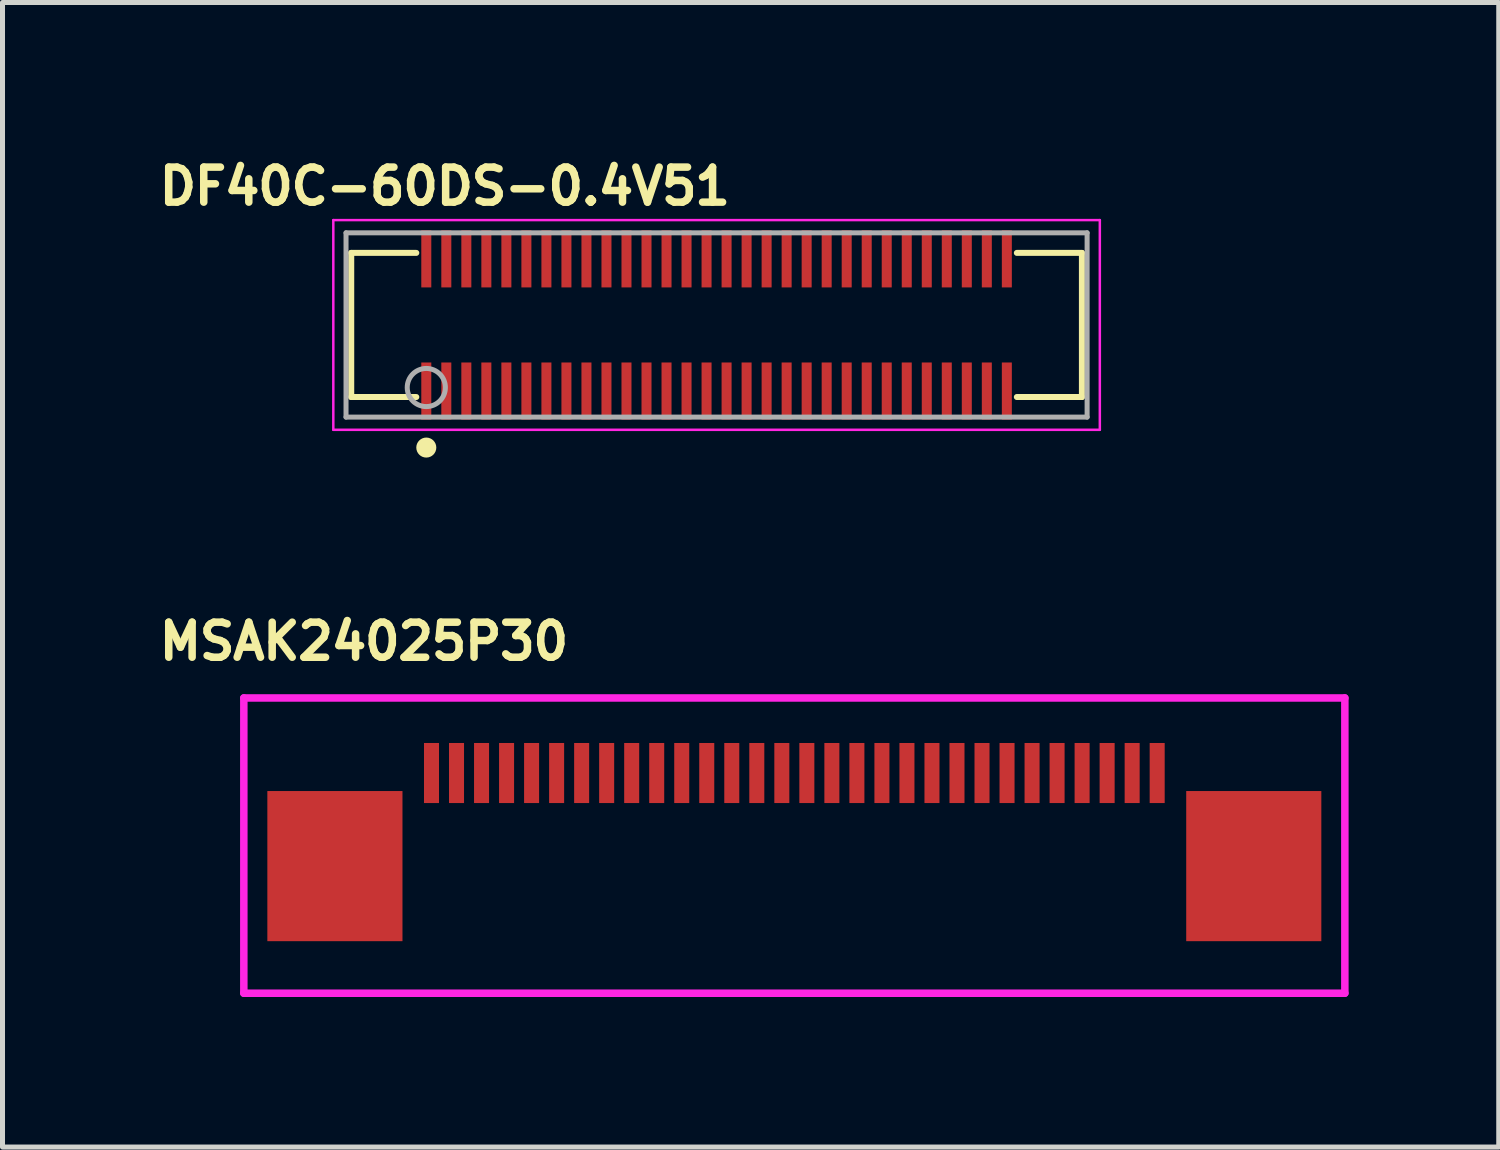
<source format=kicad_pcb>
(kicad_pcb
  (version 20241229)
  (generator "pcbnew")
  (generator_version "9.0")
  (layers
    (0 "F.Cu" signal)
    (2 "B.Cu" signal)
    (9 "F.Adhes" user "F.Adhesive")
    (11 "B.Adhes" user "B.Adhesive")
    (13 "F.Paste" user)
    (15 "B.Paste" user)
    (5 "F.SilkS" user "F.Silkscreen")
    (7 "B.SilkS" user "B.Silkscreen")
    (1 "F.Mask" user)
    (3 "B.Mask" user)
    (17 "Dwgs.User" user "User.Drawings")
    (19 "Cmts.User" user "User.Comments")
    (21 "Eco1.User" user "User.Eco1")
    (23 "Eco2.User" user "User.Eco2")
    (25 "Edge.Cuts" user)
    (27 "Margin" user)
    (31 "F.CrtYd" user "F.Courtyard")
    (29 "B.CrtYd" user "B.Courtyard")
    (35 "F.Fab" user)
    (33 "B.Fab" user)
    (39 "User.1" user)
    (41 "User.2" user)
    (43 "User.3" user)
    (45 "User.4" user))
  (footprint "DF40C-60DS-0.4V51"
    (layer "F.Cu")
    (at 11.268 3.443)
    (property "Reference" "DF40C-60DS-0.4V51" (at -5.43 -2.77 0) (layer "F.SilkS") (effects (font (size 0.7 0.7) (thickness 0.15))))
    (attr through_hole)
    (fp_line (start -7.3 -1.44) (end -7.3 1.44) (stroke (width 0.12) (type solid)) (layer "F.SilkS"))
    (fp_line (start -7.3 1.44) (end -6 1.44) (stroke (width 0.12) (type solid)) (layer "F.SilkS"))
    (fp_line (start -6 -1.44) (end -7.3 -1.44) (stroke (width 0.12) (type solid)) (layer "F.SilkS"))
    (fp_line (start 6 1.44) (end 7.3 1.44) (stroke (width 0.12) (type solid)) (layer "F.SilkS"))
    (fp_line (start 7.3 -1.44) (end 6 -1.44) (stroke (width 0.12) (type solid)) (layer "F.SilkS"))
    (fp_line (start 7.3 1.44) (end 7.3 -1.44) (stroke (width 0.12) (type solid)) (layer "F.SilkS"))
    (fp_circle (center -5.8 2.45) (end -5.7 2.45) (stroke (width 0.2) (type solid)) (fill no) (layer "F.SilkS"))
    (fp_line (start -7.658 -2.095) (end -7.658 2.095) (stroke (width 0.05) (type solid)) (layer "F.CrtYd"))
    (fp_line (start -7.658 2.095) (end 7.658 2.095) (stroke (width 0.05) (type solid)) (layer "F.CrtYd"))
    (fp_line (start 7.658 -2.095) (end -7.658 -2.095) (stroke (width 0.05) (type solid)) (layer "F.CrtYd"))
    (fp_line (start 7.658 2.095) (end 7.658 -2.095) (stroke (width 0.05) (type solid)) (layer "F.CrtYd"))
    (fp_line (start -7.404 -1.841) (end -7.404 1.841) (stroke (width 0.1) (type solid)) (layer "F.Fab"))
    (fp_line (start -7.404 1.841) (end 7.404 1.841) (stroke (width 0.1) (type solid)) (layer "F.Fab"))
    (fp_line (start 7.404 -1.841) (end -7.404 -1.841) (stroke (width 0.1) (type solid)) (layer "F.Fab"))
    (fp_line (start 7.404 1.841) (end 7.404 -1.841) (stroke (width 0.1) (type solid)) (layer "F.Fab"))
    (fp_circle (center -5.8 1.25) (end -5.419 1.25) (stroke (width 0.1) (type solid)) (fill no) (layer "F.Fab"))
    (pad "1" smd rect (at -5.8 1.32) (size 0.2 1.14) (layers "F.Cu" "F.Mask" "F.Paste"))
    (pad "2" smd rect (at -5.8 -1.32) (size 0.2 1.14) (layers "F.Cu" "F.Mask" "F.Paste"))
    (pad "3" smd rect (at -5.4 1.32) (size 0.2 1.14) (layers "F.Cu" "F.Mask" "F.Paste"))
    (pad "4" smd rect (at -5.4 -1.32) (size 0.2 1.14) (layers "F.Cu" "F.Mask" "F.Paste"))
    (pad "5" smd rect (at -5 1.32) (size 0.2 1.14) (layers "F.Cu" "F.Mask" "F.Paste"))
    (pad "6" smd rect (at -5 -1.32) (size 0.2 1.14) (layers "F.Cu" "F.Mask" "F.Paste"))
    (pad "7" smd rect (at -4.6 1.32) (size 0.2 1.14) (layers "F.Cu" "F.Mask" "F.Paste"))
    (pad "8" smd rect (at -4.6 -1.32) (size 0.2 1.14) (layers "F.Cu" "F.Mask" "F.Paste"))
    (pad "9" smd rect (at -4.2 1.32) (size 0.2 1.14) (layers "F.Cu" "F.Mask" "F.Paste"))
    (pad "10" smd rect (at -4.2 -1.32) (size 0.2 1.14) (layers "F.Cu" "F.Mask" "F.Paste"))
    (pad "11" smd rect (at -3.8 1.32) (size 0.2 1.14) (layers "F.Cu" "F.Mask" "F.Paste"))
    (pad "12" smd rect (at -3.8 -1.32) (size 0.2 1.14) (layers "F.Cu" "F.Mask" "F.Paste"))
    (pad "13" smd rect (at -3.4 1.32) (size 0.2 1.14) (layers "F.Cu" "F.Mask" "F.Paste"))
    (pad "14" smd rect (at -3.4 -1.32) (size 0.2 1.14) (layers "F.Cu" "F.Mask" "F.Paste"))
    (pad "15" smd rect (at -3 1.32) (size 0.2 1.14) (layers "F.Cu" "F.Mask" "F.Paste"))
    (pad "16" smd rect (at -3 -1.32) (size 0.2 1.14) (layers "F.Cu" "F.Mask" "F.Paste"))
    (pad "17" smd rect (at -2.6 1.32) (size 0.2 1.14) (layers "F.Cu" "F.Mask" "F.Paste"))
    (pad "18" smd rect (at -2.6 -1.32) (size 0.2 1.14) (layers "F.Cu" "F.Mask" "F.Paste"))
    (pad "19" smd rect (at -2.2 1.32) (size 0.2 1.14) (layers "F.Cu" "F.Mask" "F.Paste"))
    (pad "20" smd rect (at -2.2 -1.32) (size 0.2 1.14) (layers "F.Cu" "F.Mask" "F.Paste"))
    (pad "21" smd rect (at -1.8 1.32) (size 0.2 1.14) (layers "F.Cu" "F.Mask" "F.Paste"))
    (pad "22" smd rect (at -1.8 -1.32) (size 0.2 1.14) (layers "F.Cu" "F.Mask" "F.Paste"))
    (pad "23" smd rect (at -1.4 1.32) (size 0.2 1.14) (layers "F.Cu" "F.Mask" "F.Paste"))
    (pad "24" smd rect (at -1.4 -1.32) (size 0.2 1.14) (layers "F.Cu" "F.Mask" "F.Paste"))
    (pad "25" smd rect (at -1 1.32) (size 0.2 1.14) (layers "F.Cu" "F.Mask" "F.Paste"))
    (pad "26" smd rect (at -1 -1.32) (size 0.2 1.14) (layers "F.Cu" "F.Mask" "F.Paste"))
    (pad "27" smd rect (at -0.6 1.32) (size 0.2 1.14) (layers "F.Cu" "F.Mask" "F.Paste"))
    (pad "28" smd rect (at -0.6 -1.32) (size 0.2 1.14) (layers "F.Cu" "F.Mask" "F.Paste"))
    (pad "29" smd rect (at -0.2 1.32) (size 0.2 1.14) (layers "F.Cu" "F.Mask" "F.Paste"))
    (pad "30" smd rect (at -0.2 -1.32) (size 0.2 1.14) (layers "F.Cu" "F.Mask" "F.Paste"))
    (pad "31" smd rect (at 0.2 1.32) (size 0.2 1.14) (layers "F.Cu" "F.Mask" "F.Paste"))
    (pad "32" smd rect (at 0.2 -1.32) (size 0.2 1.14) (layers "F.Cu" "F.Mask" "F.Paste"))
    (pad "33" smd rect (at 0.6 1.32) (size 0.2 1.14) (layers "F.Cu" "F.Mask" "F.Paste"))
    (pad "34" smd rect (at 0.6 -1.32) (size 0.2 1.14) (layers "F.Cu" "F.Mask" "F.Paste"))
    (pad "35" smd rect (at 1 1.32) (size 0.2 1.14) (layers "F.Cu" "F.Mask" "F.Paste"))
    (pad "36" smd rect (at 1 -1.32) (size 0.2 1.14) (layers "F.Cu" "F.Mask" "F.Paste"))
    (pad "37" smd rect (at 1.4 1.32) (size 0.2 1.14) (layers "F.Cu" "F.Mask" "F.Paste"))
    (pad "38" smd rect (at 1.4 -1.32) (size 0.2 1.14) (layers "F.Cu" "F.Mask" "F.Paste"))
    (pad "39" smd rect (at 1.8 1.32) (size 0.2 1.14) (layers "F.Cu" "F.Mask" "F.Paste"))
    (pad "40" smd rect (at 1.8 -1.32) (size 0.2 1.14) (layers "F.Cu" "F.Mask" "F.Paste"))
    (pad "41" smd rect (at 2.2 1.32) (size 0.2 1.14) (layers "F.Cu" "F.Mask" "F.Paste"))
    (pad "42" smd rect (at 2.2 -1.32) (size 0.2 1.14) (layers "F.Cu" "F.Mask" "F.Paste"))
    (pad "43" smd rect (at 2.6 1.32) (size 0.2 1.14) (layers "F.Cu" "F.Mask" "F.Paste"))
    (pad "44" smd rect (at 2.6 -1.32) (size 0.2 1.14) (layers "F.Cu" "F.Mask" "F.Paste"))
    (pad "45" smd rect (at 3 1.32) (size 0.2 1.14) (layers "F.Cu" "F.Mask" "F.Paste"))
    (pad "46" smd rect (at 3 -1.32) (size 0.2 1.14) (layers "F.Cu" "F.Mask" "F.Paste"))
    (pad "47" smd rect (at 3.4 1.32) (size 0.2 1.14) (layers "F.Cu" "F.Mask" "F.Paste"))
    (pad "48" smd rect (at 3.4 -1.32) (size 0.2 1.14) (layers "F.Cu" "F.Mask" "F.Paste"))
    (pad "49" smd rect (at 3.8 1.32) (size 0.2 1.14) (layers "F.Cu" "F.Mask" "F.Paste"))
    (pad "50" smd rect (at 3.8 -1.32) (size 0.2 1.14) (layers "F.Cu" "F.Mask" "F.Paste"))
    (pad "51" smd rect (at 4.2 1.32) (size 0.2 1.14) (layers "F.Cu" "F.Mask" "F.Paste"))
    (pad "52" smd rect (at 4.2 -1.32) (size 0.2 1.14) (layers "F.Cu" "F.Mask" "F.Paste"))
    (pad "53" smd rect (at 4.6 1.32) (size 0.2 1.14) (layers "F.Cu" "F.Mask" "F.Paste"))
    (pad "54" smd rect (at 4.6 -1.32) (size 0.2 1.14) (layers "F.Cu" "F.Mask" "F.Paste"))
    (pad "55" smd rect (at 5 1.32) (size 0.2 1.14) (layers "F.Cu" "F.Mask" "F.Paste"))
    (pad "56" smd rect (at 5 -1.32) (size 0.2 1.14) (layers "F.Cu" "F.Mask" "F.Paste"))
    (pad "57" smd rect (at 5.4 1.32) (size 0.2 1.14) (layers "F.Cu" "F.Mask" "F.Paste"))
    (pad "58" smd rect (at 5.4 -1.32) (size 0.2 1.14) (layers "F.Cu" "F.Mask" "F.Paste"))
    (pad "59" smd rect (at 5.8 1.32) (size 0.2 1.14) (layers "F.Cu" "F.Mask" "F.Paste"))
    (pad "60" smd rect (at 5.8 -1.32) (size 0.2 1.14) (layers "F.Cu" "F.Mask" "F.Paste")))
  (footprint "MSAK24025P30"
    (layer "F.Cu")
    (at 12.822 11.796)
    (property "Reference" "MSAK24025P30" (at -8.6 -2.03 0) (layer "F.SilkS") (effects (font (size 0.7 0.7) (thickness 0.15))))
    (attr smd)
    (fp_line (start -11 -0.9) (end 11 -0.9) (stroke (width 0.15) (type solid)) (layer "F.CrtYd"))
    (fp_line (start -11 5) (end -11 -0.9) (stroke (width 0.15) (type solid)) (layer "F.CrtYd"))
    (fp_line (start -11 5) (end 11 5) (stroke (width 0.15) (type solid)) (layer "F.CrtYd"))
    (fp_line (start 11 -0.9) (end 11 5) (stroke (width 0.15) (type solid)) (layer "F.CrtYd"))
    (pad "1" smd rect (at -7.25 0.6) (size 0.3 1.2) (layers "F.Cu" "F.Mask" "F.Paste"))
    (pad "2" smd rect (at -6.75 0.6) (size 0.3 1.2) (layers "F.Cu" "F.Mask" "F.Paste"))
    (pad "3" smd rect (at -6.25 0.6) (size 0.3 1.2) (layers "F.Cu" "F.Mask" "F.Paste"))
    (pad "4" smd rect (at -5.75 0.6) (size 0.3 1.2) (layers "F.Cu" "F.Mask" "F.Paste"))
    (pad "5" smd rect (at -5.25 0.6) (size 0.3 1.2) (layers "F.Cu" "F.Mask" "F.Paste"))
    (pad "6" smd rect (at -4.75 0.6) (size 0.3 1.2) (layers "F.Cu" "F.Mask" "F.Paste"))
    (pad "7" smd rect (at -4.25 0.6) (size 0.3 1.2) (layers "F.Cu" "F.Mask" "F.Paste"))
    (pad "8" smd rect (at -3.75 0.6) (size 0.3 1.2) (layers "F.Cu" "F.Mask" "F.Paste"))
    (pad "9" smd rect (at -3.25 0.6) (size 0.3 1.2) (layers "F.Cu" "F.Mask" "F.Paste"))
    (pad "10" smd rect (at -2.75 0.6) (size 0.3 1.2) (layers "F.Cu" "F.Mask" "F.Paste"))
    (pad "11" smd rect (at -2.25 0.6) (size 0.3 1.2) (layers "F.Cu" "F.Mask" "F.Paste"))
    (pad "12" smd rect (at -1.75 0.6) (size 0.3 1.2) (layers "F.Cu" "F.Mask" "F.Paste"))
    (pad "13" smd rect (at -1.25 0.6) (size 0.3 1.2) (layers "F.Cu" "F.Mask" "F.Paste"))
    (pad "14" smd rect (at -0.75 0.6) (size 0.3 1.2) (layers "F.Cu" "F.Mask" "F.Paste"))
    (pad "15" smd rect (at -0.25 0.6) (size 0.3 1.2) (layers "F.Cu" "F.Mask" "F.Paste"))
    (pad "16" smd rect (at 0.25 0.6) (size 0.3 1.2) (layers "F.Cu" "F.Mask" "F.Paste"))
    (pad "17" smd rect (at 0.75 0.6) (size 0.3 1.2) (layers "F.Cu" "F.Mask" "F.Paste"))
    (pad "18" smd rect (at 1.25 0.6) (size 0.3 1.2) (layers "F.Cu" "F.Mask" "F.Paste"))
    (pad "19" smd rect (at 1.75 0.6) (size 0.3 1.2) (layers "F.Cu" "F.Mask" "F.Paste"))
    (pad "20" smd rect (at 2.25 0.6) (size 0.3 1.2) (layers "F.Cu" "F.Mask" "F.Paste"))
    (pad "21" smd rect (at 2.75 0.6) (size 0.3 1.2) (layers "F.Cu" "F.Mask" "F.Paste"))
    (pad "22" smd rect (at 3.25 0.6) (size 0.3 1.2) (layers "F.Cu" "F.Mask" "F.Paste"))
    (pad "23" smd rect (at 3.75 0.6) (size 0.3 1.2) (layers "F.Cu" "F.Mask" "F.Paste"))
    (pad "24" smd rect (at 4.25 0.6) (size 0.3 1.2) (layers "F.Cu" "F.Mask" "F.Paste"))
    (pad "25" smd rect (at 4.75 0.6) (size 0.3 1.2) (layers "F.Cu" "F.Mask" "F.Paste"))
    (pad "26" smd rect (at 5.25 0.6) (size 0.3 1.2) (layers "F.Cu" "F.Mask" "F.Paste"))
    (pad "27" smd rect (at 5.75 0.6) (size 0.3 1.2) (layers "F.Cu" "F.Mask" "F.Paste"))
    (pad "28" smd rect (at 6.25 0.6) (size 0.3 1.2) (layers "F.Cu" "F.Mask" "F.Paste"))
    (pad "29" smd rect (at 6.75 0.6) (size 0.3 1.2) (layers "F.Cu" "F.Mask" "F.Paste"))
    (pad "30" smd rect (at 7.25 0.6) (size 0.3 1.2) (layers "F.Cu" "F.Mask" "F.Paste"))
    (pad "~" smd rect (at -9.18 2.46) (size 2.7 3) (layers "F.Cu" "F.Mask" "F.Paste"))
    (pad "~" smd rect (at 9.18 2.46) (size 2.7 3) (layers "F.Cu" "F.Mask" "F.Paste")))
  (gr_rect
    (start -3 -3)
    (end 26.897 19.87)
    (stroke (width 0.1) (type default))
    (fill no)
    (layer "Edge.Cuts")))
</source>
